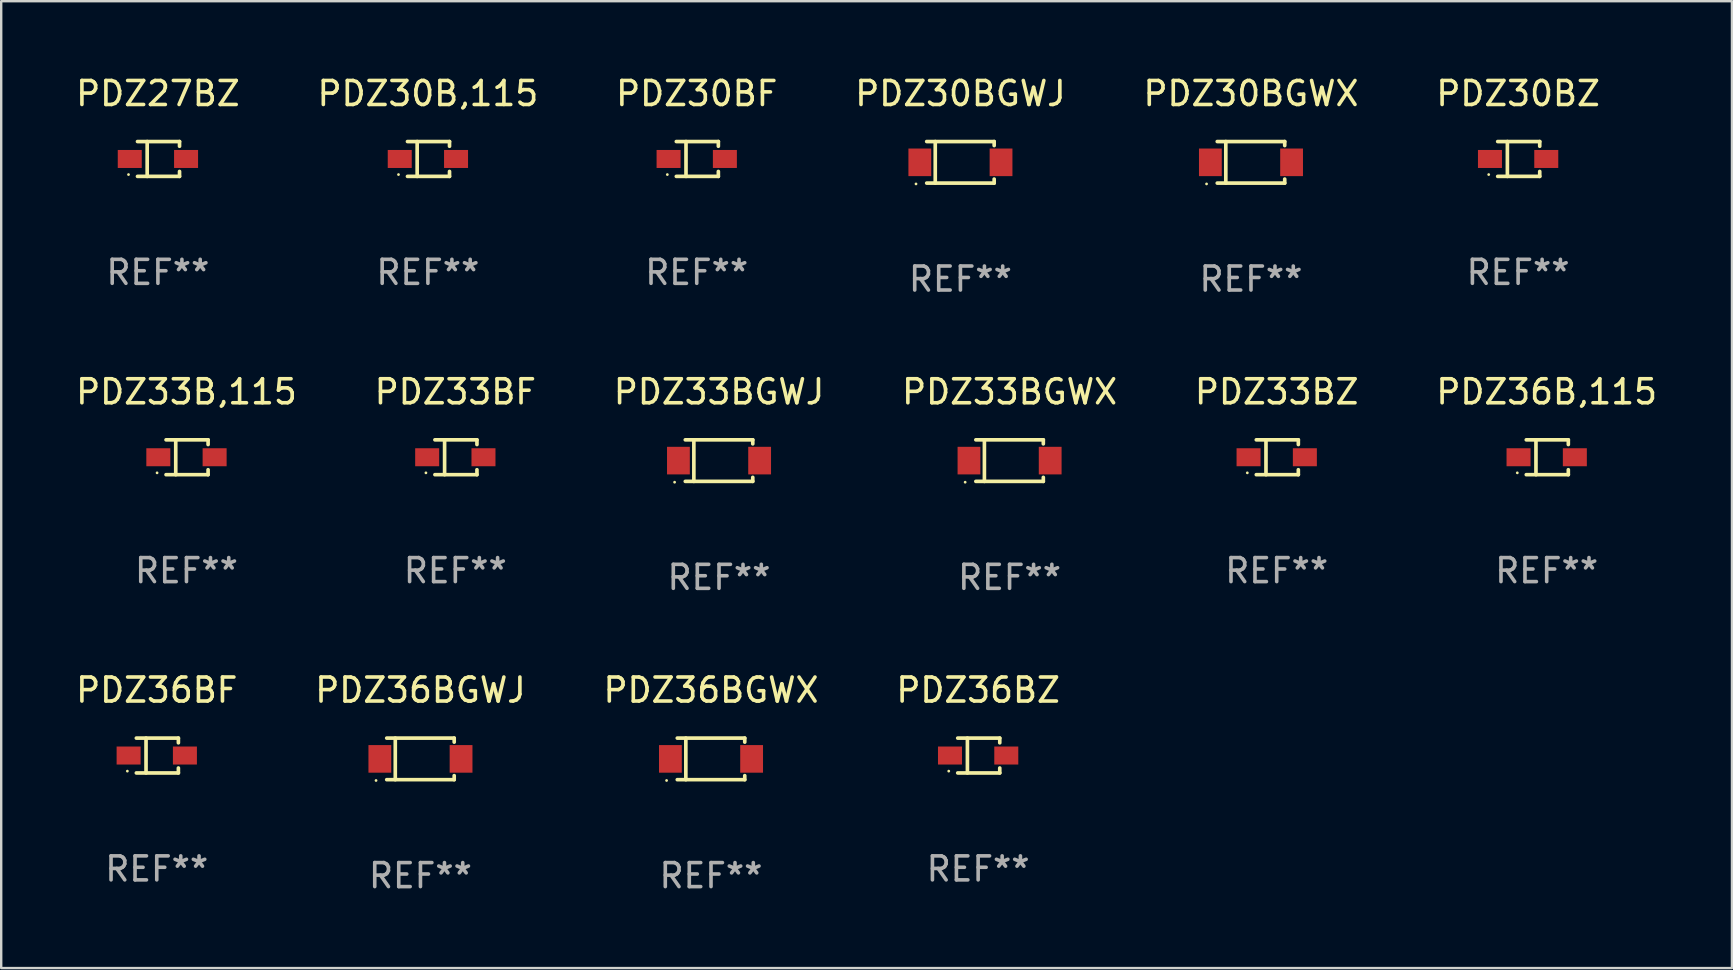
<source format=kicad_pcb>
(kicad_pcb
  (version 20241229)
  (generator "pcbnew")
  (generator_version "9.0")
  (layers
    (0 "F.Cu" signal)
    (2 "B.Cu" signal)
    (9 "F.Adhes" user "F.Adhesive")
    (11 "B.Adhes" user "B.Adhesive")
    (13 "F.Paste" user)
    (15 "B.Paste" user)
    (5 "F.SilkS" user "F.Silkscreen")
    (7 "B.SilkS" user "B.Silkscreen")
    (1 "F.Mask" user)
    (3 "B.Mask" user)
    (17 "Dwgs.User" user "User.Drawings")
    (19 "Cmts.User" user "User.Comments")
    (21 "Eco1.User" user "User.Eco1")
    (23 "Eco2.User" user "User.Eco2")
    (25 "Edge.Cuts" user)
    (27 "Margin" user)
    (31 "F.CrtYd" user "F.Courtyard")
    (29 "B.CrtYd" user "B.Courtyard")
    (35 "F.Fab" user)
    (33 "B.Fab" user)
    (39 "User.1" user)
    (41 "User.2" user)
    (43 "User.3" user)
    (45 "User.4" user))
  (footprint "PDZ36B,115"
    (layer "F.Cu")
    (at 61.399 16.003)
    (property "Reference" "PDZ36B,115" (at 0 -2.726 0) (layer "F.SilkS") (effects (font (size 1 1) (thickness 0.15))))
    (attr through_hole)
    (fp_line (start -0.851 -0.726) (end 0.901 -0.726) (stroke (width 0.152) (type solid)) (layer "F.SilkS"))
    (fp_line (start -0.851 0.726) (end 0.901 0.726) (stroke (width 0.152) (type solid)) (layer "F.SilkS"))
    (fp_line (start -0.447 -0.726) (end -0.447 0.726) (stroke (width 0.152) (type solid)) (layer "F.SilkS"))
    (fp_line (start 0.901 -0.726) (end 0.901 -0.53) (stroke (width 0.152) (type solid)) (layer "F.SilkS"))
    (fp_line (start 0.901 0.726) (end 0.901 0.52) (stroke (width 0.152) (type solid)) (layer "F.SilkS"))
    (fp_circle (center -1.225 0.65) (end -1.195 0.65) (stroke (width 0.06) (type solid)) (fill no) (layer "F.SilkS"))
    (fp_text user "REF**" (at 0 4.726 0) (layer "F.Fab") (effects (font (size 1 1) (thickness 0.15))))
    (pad "1" smd rect (at -1.173 0) (size 1 0.75) (layers "F.Cu" "F.Mask" "F.Paste"))
    (pad "2" smd rect (at 1.173 0) (size 1 0.75) (layers "F.Cu" "F.Mask" "F.Paste")))
  (footprint "PDZ30BF"
    (layer "F.Cu")
    (at 25.982 3.574)
    (property "Reference" "PDZ30BF" (at 0 -2.726 0) (layer "F.SilkS") (effects (font (size 1 1) (thickness 0.15))))
    (attr through_hole)
    (fp_line (start -0.851 -0.726) (end 0.901 -0.726) (stroke (width 0.152) (type solid)) (layer "F.SilkS"))
    (fp_line (start -0.851 0.726) (end 0.901 0.726) (stroke (width 0.152) (type solid)) (layer "F.SilkS"))
    (fp_line (start -0.447 -0.726) (end -0.447 0.726) (stroke (width 0.152) (type solid)) (layer "F.SilkS"))
    (fp_line (start 0.901 -0.726) (end 0.901 -0.53) (stroke (width 0.152) (type solid)) (layer "F.SilkS"))
    (fp_line (start 0.901 0.726) (end 0.901 0.52) (stroke (width 0.152) (type solid)) (layer "F.SilkS"))
    (fp_circle (center -1.225 0.65) (end -1.195 0.65) (stroke (width 0.06) (type solid)) (fill no) (layer "F.SilkS"))
    (fp_text user "REF**" (at 0 4.726 0) (layer "F.Fab") (effects (font (size 1 1) (thickness 0.15))))
    (pad "1" smd rect (at -1.173 0) (size 1 0.75) (layers "F.Cu" "F.Mask" "F.Paste"))
    (pad "2" smd rect (at 1.173 0) (size 1 0.75) (layers "F.Cu" "F.Mask" "F.Paste")))
  (footprint "PDZ33BGWX"
    (layer "F.Cu")
    (at 39.018 16.143)
    (property "Reference" "PDZ33BGWX" (at 0 -2.866 0) (layer "F.SilkS") (effects (font (size 1 1) (thickness 0.15))))
    (attr through_hole)
    (fp_line (start -1.406 -0.866) (end 1.406 -0.866) (stroke (width 0.152) (type solid)) (layer "F.SilkS"))
    (fp_line (start -1.406 0.866) (end 1.406 0.866) (stroke (width 0.152) (type solid)) (layer "F.SilkS"))
    (fp_line (start -1.049 -0.866) (end -1.049 0.866) (stroke (width 0.152) (type solid)) (layer "F.SilkS"))
    (fp_line (start 1.406 -0.866) (end 1.406 -0.698) (stroke (width 0.152) (type solid)) (layer "F.SilkS"))
    (fp_line (start 1.406 0.866) (end 1.406 0.698) (stroke (width 0.152) (type solid)) (layer "F.SilkS"))
    (fp_circle (center -1.851 0.9) (end -1.821 0.9) (stroke (width 0.06) (type solid)) (fill no) (layer "F.SilkS"))
    (fp_text user "REF**" (at 0 4.866 0) (layer "F.Fab") (effects (font (size 1 1) (thickness 0.15))))
    (pad "1" smd rect (at -1.692 0) (size 0.95 1.15) (layers "F.Cu" "F.Mask" "F.Paste"))
    (pad "2" smd rect (at 1.692 0) (size 0.95 1.15) (layers "F.Cu" "F.Mask" "F.Paste")))
  (footprint "PDZ33BGWJ"
    (layer "F.Cu")
    (at 26.911 16.143)
    (property "Reference" "PDZ33BGWJ" (at 0 -2.866 0) (layer "F.SilkS") (effects (font (size 1 1) (thickness 0.15))))
    (attr through_hole)
    (fp_line (start -1.406 -0.866) (end 1.406 -0.866) (stroke (width 0.152) (type solid)) (layer "F.SilkS"))
    (fp_line (start -1.406 0.866) (end 1.406 0.866) (stroke (width 0.152) (type solid)) (layer "F.SilkS"))
    (fp_line (start -1.049 -0.866) (end -1.049 0.866) (stroke (width 0.152) (type solid)) (layer "F.SilkS"))
    (fp_line (start 1.406 -0.866) (end 1.406 -0.698) (stroke (width 0.152) (type solid)) (layer "F.SilkS"))
    (fp_line (start 1.406 0.866) (end 1.406 0.698) (stroke (width 0.152) (type solid)) (layer "F.SilkS"))
    (fp_circle (center -1.851 0.9) (end -1.821 0.9) (stroke (width 0.06) (type solid)) (fill no) (layer "F.SilkS"))
    (fp_text user "REF**" (at 0 4.866 0) (layer "F.Fab") (effects (font (size 1 1) (thickness 0.15))))
    (pad "1" smd rect (at -1.692 0) (size 0.95 1.15) (layers "F.Cu" "F.Mask" "F.Paste"))
    (pad "2" smd rect (at 1.692 0) (size 0.95 1.15) (layers "F.Cu" "F.Mask" "F.Paste")))
  (footprint "PDZ30B,115"
    (layer "F.Cu")
    (at 14.78 3.574)
    (property "Reference" "PDZ30B,115" (at 0 -2.726 0) (layer "F.SilkS") (effects (font (size 1 1) (thickness 0.15))))
    (attr through_hole)
    (fp_line (start -0.851 -0.726) (end 0.901 -0.726) (stroke (width 0.152) (type solid)) (layer "F.SilkS"))
    (fp_line (start -0.851 0.726) (end 0.901 0.726) (stroke (width 0.152) (type solid)) (layer "F.SilkS"))
    (fp_line (start -0.447 -0.726) (end -0.447 0.726) (stroke (width 0.152) (type solid)) (layer "F.SilkS"))
    (fp_line (start 0.901 -0.726) (end 0.901 -0.53) (stroke (width 0.152) (type solid)) (layer "F.SilkS"))
    (fp_line (start 0.901 0.726) (end 0.901 0.52) (stroke (width 0.152) (type solid)) (layer "F.SilkS"))
    (fp_circle (center -1.225 0.65) (end -1.195 0.65) (stroke (width 0.06) (type solid)) (fill no) (layer "F.SilkS"))
    (fp_text user "REF**" (at 0 4.726 0) (layer "F.Fab") (effects (font (size 1 1) (thickness 0.15))))
    (pad "1" smd rect (at -1.173 0) (size 1 0.75) (layers "F.Cu" "F.Mask" "F.Paste"))
    (pad "2" smd rect (at 1.173 0) (size 1 0.75) (layers "F.Cu" "F.Mask" "F.Paste")))
  (footprint "PDZ30BGWJ"
    (layer "F.Cu")
    (at 36.97 3.714)
    (property "Reference" "PDZ30BGWJ" (at 0 -2.866 0) (layer "F.SilkS") (effects (font (size 1 1) (thickness 0.15))))
    (attr through_hole)
    (fp_line (start -1.406 -0.866) (end 1.406 -0.866) (stroke (width 0.152) (type solid)) (layer "F.SilkS"))
    (fp_line (start -1.406 0.866) (end 1.406 0.866) (stroke (width 0.152) (type solid)) (layer "F.SilkS"))
    (fp_line (start -1.049 -0.866) (end -1.049 0.866) (stroke (width 0.152) (type solid)) (layer "F.SilkS"))
    (fp_line (start 1.406 -0.866) (end 1.406 -0.698) (stroke (width 0.152) (type solid)) (layer "F.SilkS"))
    (fp_line (start 1.406 0.866) (end 1.406 0.698) (stroke (width 0.152) (type solid)) (layer "F.SilkS"))
    (fp_circle (center -1.851 0.9) (end -1.821 0.9) (stroke (width 0.06) (type solid)) (fill no) (layer "F.SilkS"))
    (fp_text user "REF**" (at 0 4.866 0) (layer "F.Fab") (effects (font (size 1 1) (thickness 0.15))))
    (pad "1" smd rect (at -1.692 0) (size 0.95 1.15) (layers "F.Cu" "F.Mask" "F.Paste"))
    (pad "2" smd rect (at 1.692 0) (size 0.95 1.15) (layers "F.Cu" "F.Mask" "F.Paste")))
  (footprint "PDZ27BZ"
    (layer "F.Cu")
    (at 3.53 3.574)
    (property "Reference" "PDZ27BZ" (at 0 -2.726 0) (layer "F.SilkS") (effects (font (size 1 1) (thickness 0.15))))
    (attr through_hole)
    (fp_line (start -0.851 -0.726) (end 0.901 -0.726) (stroke (width 0.152) (type solid)) (layer "F.SilkS"))
    (fp_line (start -0.851 0.726) (end 0.901 0.726) (stroke (width 0.152) (type solid)) (layer "F.SilkS"))
    (fp_line (start -0.447 -0.726) (end -0.447 0.726) (stroke (width 0.152) (type solid)) (layer "F.SilkS"))
    (fp_line (start 0.901 -0.726) (end 0.901 -0.53) (stroke (width 0.152) (type solid)) (layer "F.SilkS"))
    (fp_line (start 0.901 0.726) (end 0.901 0.52) (stroke (width 0.152) (type solid)) (layer "F.SilkS"))
    (fp_circle (center -1.225 0.65) (end -1.195 0.65) (stroke (width 0.06) (type solid)) (fill no) (layer "F.SilkS"))
    (fp_text user "REF**" (at 0 4.726 0) (layer "F.Fab") (effects (font (size 1 1) (thickness 0.15))))
    (pad "1" smd rect (at -1.173 0) (size 1 0.75) (layers "F.Cu" "F.Mask" "F.Paste"))
    (pad "2" smd rect (at 1.173 0) (size 1 0.75) (layers "F.Cu" "F.Mask" "F.Paste")))
  (footprint "PDZ33B,115"
    (layer "F.Cu")
    (at 4.72 16.003)
    (property "Reference" "PDZ33B,115" (at 0 -2.726 0) (layer "F.SilkS") (effects (font (size 1 1) (thickness 0.15))))
    (attr through_hole)
    (fp_line (start -0.851 -0.726) (end 0.901 -0.726) (stroke (width 0.152) (type solid)) (layer "F.SilkS"))
    (fp_line (start -0.851 0.726) (end 0.901 0.726) (stroke (width 0.152) (type solid)) (layer "F.SilkS"))
    (fp_line (start -0.447 -0.726) (end -0.447 0.726) (stroke (width 0.152) (type solid)) (layer "F.SilkS"))
    (fp_line (start 0.901 -0.726) (end 0.901 -0.53) (stroke (width 0.152) (type solid)) (layer "F.SilkS"))
    (fp_line (start 0.901 0.726) (end 0.901 0.52) (stroke (width 0.152) (type solid)) (layer "F.SilkS"))
    (fp_circle (center -1.225 0.65) (end -1.195 0.65) (stroke (width 0.06) (type solid)) (fill no) (layer "F.SilkS"))
    (fp_text user "REF**" (at 0 4.726 0) (layer "F.Fab") (effects (font (size 1 1) (thickness 0.15))))
    (pad "1" smd rect (at -1.173 0) (size 1 0.75) (layers "F.Cu" "F.Mask" "F.Paste"))
    (pad "2" smd rect (at 1.173 0) (size 1 0.75) (layers "F.Cu" "F.Mask" "F.Paste")))
  (footprint "PDZ33BZ"
    (layer "F.Cu")
    (at 50.149 16.003)
    (property "Reference" "PDZ33BZ" (at 0 -2.726 0) (layer "F.SilkS") (effects (font (size 1 1) (thickness 0.15))))
    (attr through_hole)
    (fp_line (start -0.851 -0.726) (end 0.901 -0.726) (stroke (width 0.152) (type solid)) (layer "F.SilkS"))
    (fp_line (start -0.851 0.726) (end 0.901 0.726) (stroke (width 0.152) (type solid)) (layer "F.SilkS"))
    (fp_line (start -0.447 -0.726) (end -0.447 0.726) (stroke (width 0.152) (type solid)) (layer "F.SilkS"))
    (fp_line (start 0.901 -0.726) (end 0.901 -0.53) (stroke (width 0.152) (type solid)) (layer "F.SilkS"))
    (fp_line (start 0.901 0.726) (end 0.901 0.52) (stroke (width 0.152) (type solid)) (layer "F.SilkS"))
    (fp_circle (center -1.225 0.65) (end -1.195 0.65) (stroke (width 0.06) (type solid)) (fill no) (layer "F.SilkS"))
    (fp_text user "REF**" (at 0 4.726 0) (layer "F.Fab") (effects (font (size 1 1) (thickness 0.15))))
    (pad "1" smd rect (at -1.173 0) (size 1 0.75) (layers "F.Cu" "F.Mask" "F.Paste"))
    (pad "2" smd rect (at 1.173 0) (size 1 0.75) (layers "F.Cu" "F.Mask" "F.Paste")))
  (footprint "PDZ36BZ"
    (layer "F.Cu")
    (at 37.708 28.432)
    (property "Reference" "PDZ36BZ" (at 0 -2.726 0) (layer "F.SilkS") (effects (font (size 1 1) (thickness 0.15))))
    (attr through_hole)
    (fp_line (start -0.851 -0.726) (end 0.901 -0.726) (stroke (width 0.152) (type solid)) (layer "F.SilkS"))
    (fp_line (start -0.851 0.726) (end 0.901 0.726) (stroke (width 0.152) (type solid)) (layer "F.SilkS"))
    (fp_line (start -0.447 -0.726) (end -0.447 0.726) (stroke (width 0.152) (type solid)) (layer "F.SilkS"))
    (fp_line (start 0.901 -0.726) (end 0.901 -0.53) (stroke (width 0.152) (type solid)) (layer "F.SilkS"))
    (fp_line (start 0.901 0.726) (end 0.901 0.52) (stroke (width 0.152) (type solid)) (layer "F.SilkS"))
    (fp_circle (center -1.225 0.65) (end -1.195 0.65) (stroke (width 0.06) (type solid)) (fill no) (layer "F.SilkS"))
    (fp_text user "REF**" (at 0 4.726 0) (layer "F.Fab") (effects (font (size 1 1) (thickness 0.15))))
    (pad "1" smd rect (at -1.173 0) (size 1 0.75) (layers "F.Cu" "F.Mask" "F.Paste"))
    (pad "2" smd rect (at 1.173 0) (size 1 0.75) (layers "F.Cu" "F.Mask" "F.Paste")))
  (footprint "PDZ36BGWX"
    (layer "F.Cu")
    (at 26.577 28.572)
    (property "Reference" "PDZ36BGWX" (at 0 -2.866 0) (layer "F.SilkS") (effects (font (size 1 1) (thickness 0.15))))
    (attr through_hole)
    (fp_line (start -1.406 -0.866) (end 1.406 -0.866) (stroke (width 0.152) (type solid)) (layer "F.SilkS"))
    (fp_line (start -1.406 0.866) (end 1.406 0.866) (stroke (width 0.152) (type solid)) (layer "F.SilkS"))
    (fp_line (start -1.049 -0.866) (end -1.049 0.866) (stroke (width 0.152) (type solid)) (layer "F.SilkS"))
    (fp_line (start 1.406 -0.866) (end 1.406 -0.698) (stroke (width 0.152) (type solid)) (layer "F.SilkS"))
    (fp_line (start 1.406 0.866) (end 1.406 0.698) (stroke (width 0.152) (type solid)) (layer "F.SilkS"))
    (fp_circle (center -1.851 0.9) (end -1.821 0.9) (stroke (width 0.06) (type solid)) (fill no) (layer "F.SilkS"))
    (fp_text user "REF**" (at 0 4.866 0) (layer "F.Fab") (effects (font (size 1 1) (thickness 0.15))))
    (pad "1" smd rect (at -1.692 0) (size 0.95 1.15) (layers "F.Cu" "F.Mask" "F.Paste"))
    (pad "2" smd rect (at 1.692 0) (size 0.95 1.15) (layers "F.Cu" "F.Mask" "F.Paste")))
  (footprint "PDZ36BF"
    (layer "F.Cu")
    (at 3.482 28.432)
    (property "Reference" "PDZ36BF" (at 0 -2.726 0) (layer "F.SilkS") (effects (font (size 1 1) (thickness 0.15))))
    (attr through_hole)
    (fp_line (start -0.851 -0.726) (end 0.901 -0.726) (stroke (width 0.152) (type solid)) (layer "F.SilkS"))
    (fp_line (start -0.851 0.726) (end 0.901 0.726) (stroke (width 0.152) (type solid)) (layer "F.SilkS"))
    (fp_line (start -0.447 -0.726) (end -0.447 0.726) (stroke (width 0.152) (type solid)) (layer "F.SilkS"))
    (fp_line (start 0.901 -0.726) (end 0.901 -0.53) (stroke (width 0.152) (type solid)) (layer "F.SilkS"))
    (fp_line (start 0.901 0.726) (end 0.901 0.52) (stroke (width 0.152) (type solid)) (layer "F.SilkS"))
    (fp_circle (center -1.225 0.65) (end -1.195 0.65) (stroke (width 0.06) (type solid)) (fill no) (layer "F.SilkS"))
    (fp_text user "REF**" (at 0 4.726 0) (layer "F.Fab") (effects (font (size 1 1) (thickness 0.15))))
    (pad "1" smd rect (at -1.173 0) (size 1 0.75) (layers "F.Cu" "F.Mask" "F.Paste"))
    (pad "2" smd rect (at 1.173 0) (size 1 0.75) (layers "F.Cu" "F.Mask" "F.Paste")))
  (footprint "PDZ30BZ"
    (layer "F.Cu")
    (at 60.208 3.574)
    (property "Reference" "PDZ30BZ" (at 0 -2.726 0) (layer "F.SilkS") (effects (font (size 1 1) (thickness 0.15))))
    (attr through_hole)
    (fp_line (start -0.851 -0.726) (end 0.901 -0.726) (stroke (width 0.152) (type solid)) (layer "F.SilkS"))
    (fp_line (start -0.851 0.726) (end 0.901 0.726) (stroke (width 0.152) (type solid)) (layer "F.SilkS"))
    (fp_line (start -0.447 -0.726) (end -0.447 0.726) (stroke (width 0.152) (type solid)) (layer "F.SilkS"))
    (fp_line (start 0.901 -0.726) (end 0.901 -0.53) (stroke (width 0.152) (type solid)) (layer "F.SilkS"))
    (fp_line (start 0.901 0.726) (end 0.901 0.52) (stroke (width 0.152) (type solid)) (layer "F.SilkS"))
    (fp_circle (center -1.225 0.65) (end -1.195 0.65) (stroke (width 0.06) (type solid)) (fill no) (layer "F.SilkS"))
    (fp_text user "REF**" (at 0 4.726 0) (layer "F.Fab") (effects (font (size 1 1) (thickness 0.15))))
    (pad "1" smd rect (at -1.173 0) (size 1 0.75) (layers "F.Cu" "F.Mask" "F.Paste"))
    (pad "2" smd rect (at 1.173 0) (size 1 0.75) (layers "F.Cu" "F.Mask" "F.Paste")))
  (footprint "PDZ30BGWX"
    (layer "F.Cu")
    (at 49.077 3.714)
    (property "Reference" "PDZ30BGWX" (at 0 -2.866 0) (layer "F.SilkS") (effects (font (size 1 1) (thickness 0.15))))
    (attr through_hole)
    (fp_line (start -1.406 -0.866) (end 1.406 -0.866) (stroke (width 0.152) (type solid)) (layer "F.SilkS"))
    (fp_line (start -1.406 0.866) (end 1.406 0.866) (stroke (width 0.152) (type solid)) (layer "F.SilkS"))
    (fp_line (start -1.049 -0.866) (end -1.049 0.866) (stroke (width 0.152) (type solid)) (layer "F.SilkS"))
    (fp_line (start 1.406 -0.866) (end 1.406 -0.698) (stroke (width 0.152) (type solid)) (layer "F.SilkS"))
    (fp_line (start 1.406 0.866) (end 1.406 0.698) (stroke (width 0.152) (type solid)) (layer "F.SilkS"))
    (fp_circle (center -1.851 0.9) (end -1.821 0.9) (stroke (width 0.06) (type solid)) (fill no) (layer "F.SilkS"))
    (fp_text user "REF**" (at 0 4.866 0) (layer "F.Fab") (effects (font (size 1 1) (thickness 0.15))))
    (pad "1" smd rect (at -1.692 0) (size 0.95 1.15) (layers "F.Cu" "F.Mask" "F.Paste"))
    (pad "2" smd rect (at 1.692 0) (size 0.95 1.15) (layers "F.Cu" "F.Mask" "F.Paste")))
  (footprint "PDZ36BGWJ"
    (layer "F.Cu")
    (at 14.47 28.572)
    (property "Reference" "PDZ36BGWJ" (at 0 -2.866 0) (layer "F.SilkS") (effects (font (size 1 1) (thickness 0.15))))
    (attr through_hole)
    (fp_line (start -1.406 -0.866) (end 1.406 -0.866) (stroke (width 0.152) (type solid)) (layer "F.SilkS"))
    (fp_line (start -1.406 0.866) (end 1.406 0.866) (stroke (width 0.152) (type solid)) (layer "F.SilkS"))
    (fp_line (start -1.049 -0.866) (end -1.049 0.866) (stroke (width 0.152) (type solid)) (layer "F.SilkS"))
    (fp_line (start 1.406 -0.866) (end 1.406 -0.698) (stroke (width 0.152) (type solid)) (layer "F.SilkS"))
    (fp_line (start 1.406 0.866) (end 1.406 0.698) (stroke (width 0.152) (type solid)) (layer "F.SilkS"))
    (fp_circle (center -1.851 0.9) (end -1.821 0.9) (stroke (width 0.06) (type solid)) (fill no) (layer "F.SilkS"))
    (fp_text user "REF**" (at 0 4.866 0) (layer "F.Fab") (effects (font (size 1 1) (thickness 0.15))))
    (pad "1" smd rect (at -1.692 0) (size 0.95 1.15) (layers "F.Cu" "F.Mask" "F.Paste"))
    (pad "2" smd rect (at 1.692 0) (size 0.95 1.15) (layers "F.Cu" "F.Mask" "F.Paste")))
  (footprint "PDZ33BF"
    (layer "F.Cu")
    (at 15.923 16.003)
    (property "Reference" "PDZ33BF" (at 0 -2.726 0) (layer "F.SilkS") (effects (font (size 1 1) (thickness 0.15))))
    (attr through_hole)
    (fp_line (start -0.851 -0.726) (end 0.901 -0.726) (stroke (width 0.152) (type solid)) (layer "F.SilkS"))
    (fp_line (start -0.851 0.726) (end 0.901 0.726) (stroke (width 0.152) (type solid)) (layer "F.SilkS"))
    (fp_line (start -0.447 -0.726) (end -0.447 0.726) (stroke (width 0.152) (type solid)) (layer "F.SilkS"))
    (fp_line (start 0.901 -0.726) (end 0.901 -0.53) (stroke (width 0.152) (type solid)) (layer "F.SilkS"))
    (fp_line (start 0.901 0.726) (end 0.901 0.52) (stroke (width 0.152) (type solid)) (layer "F.SilkS"))
    (fp_circle (center -1.225 0.65) (end -1.195 0.65) (stroke (width 0.06) (type solid)) (fill no) (layer "F.SilkS"))
    (fp_text user "REF**" (at 0 4.726 0) (layer "F.Fab") (effects (font (size 1 1) (thickness 0.15))))
    (pad "1" smd rect (at -1.173 0) (size 1 0.75) (layers "F.Cu" "F.Mask" "F.Paste"))
    (pad "2" smd rect (at 1.173 0) (size 1 0.75) (layers "F.Cu" "F.Mask" "F.Paste")))
  (gr_rect
    (start -3 -3)
    (end 69.119 37.287)
    (stroke (width 0.1) (type default))
    (fill no)
    (layer "Edge.Cuts")))
</source>
